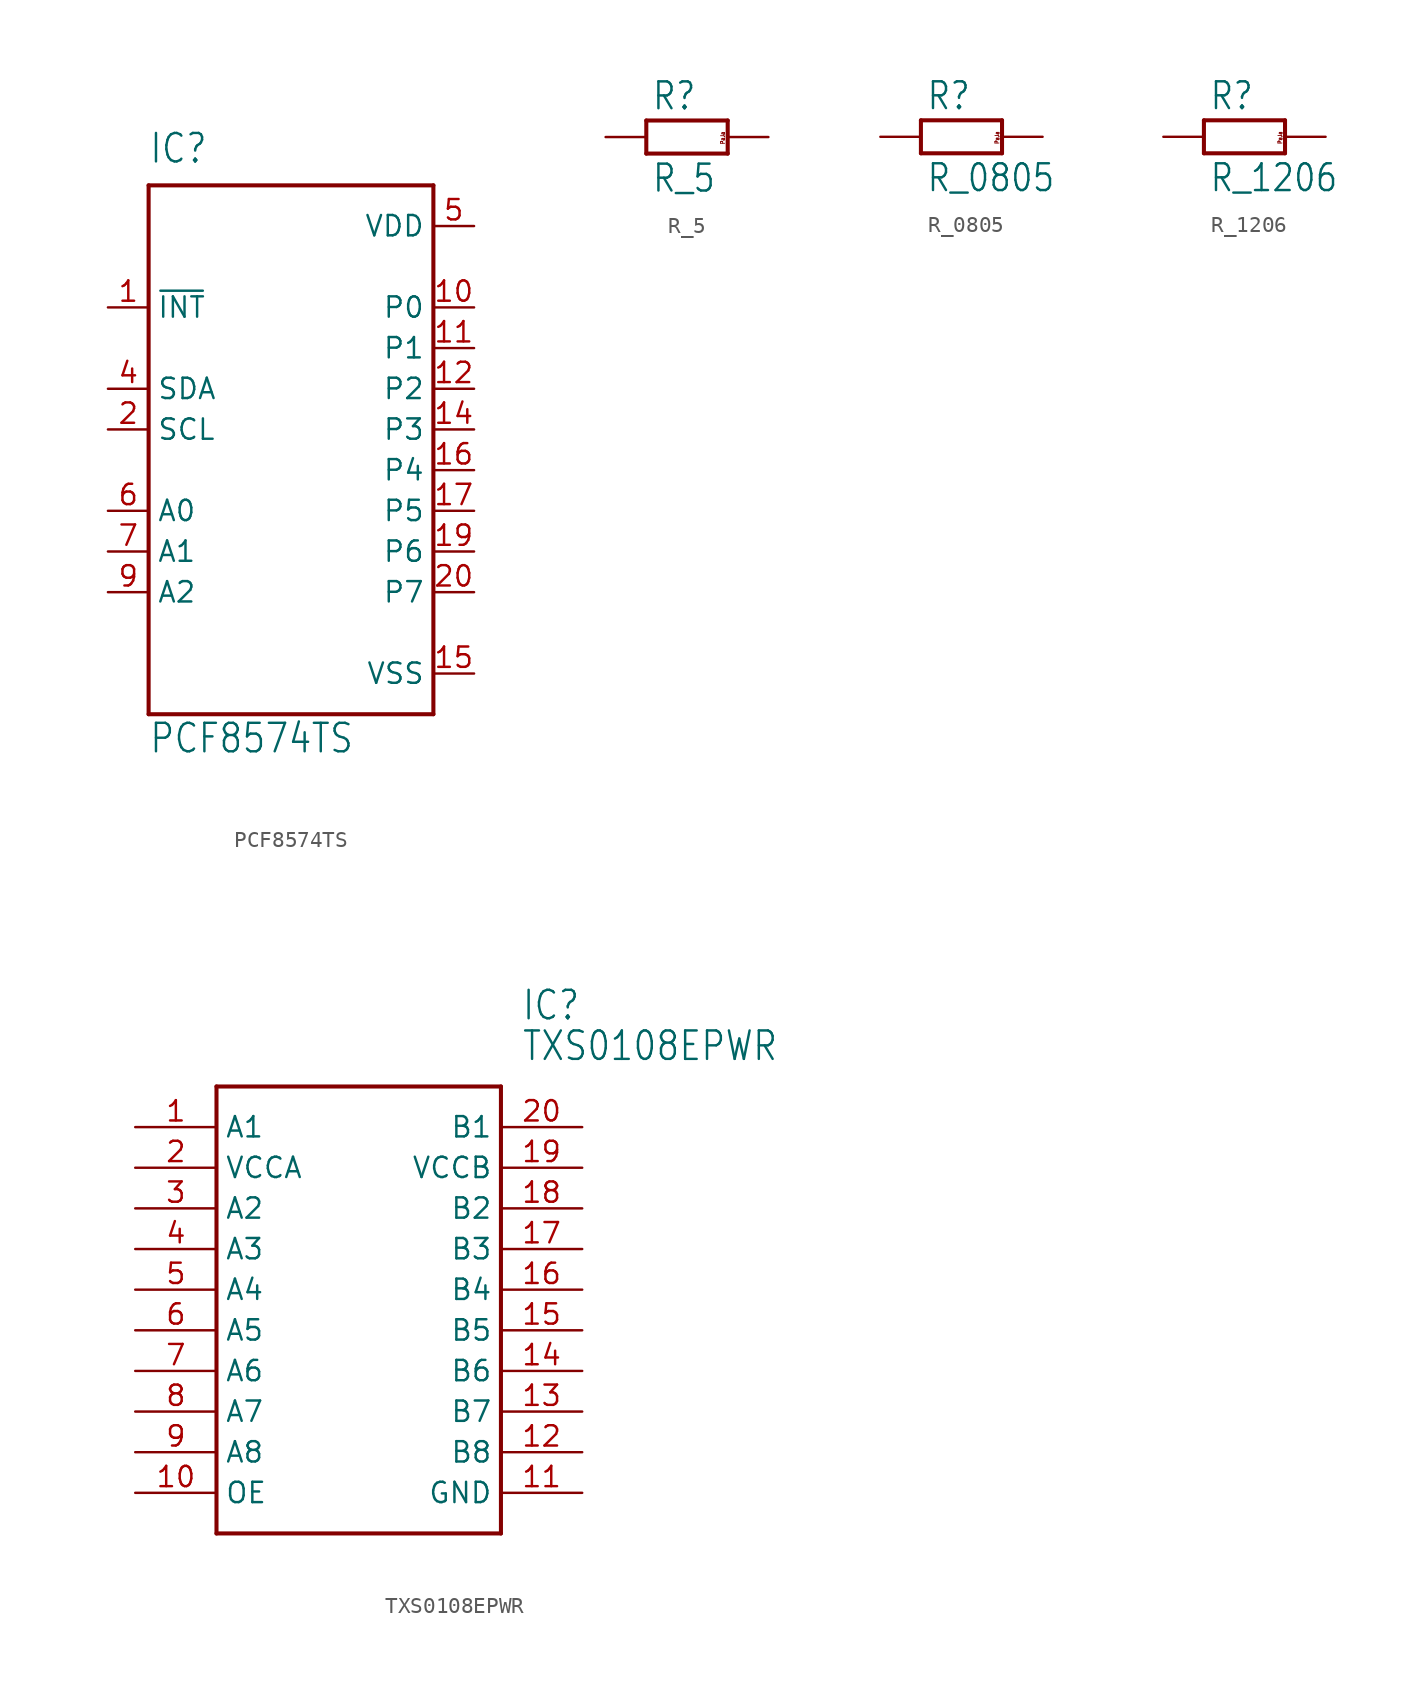
<source format=kicad_sym>
(kicad_symbol_lib
  (version 20211014)
  (generator kicad_symbol_editor)
  (symbol "PCF8574TS"
    (property "Reference" "IC"
      (at -7.62 16.51 0)
      (effects (font (size 1.778 1.511)) (justify left bottom)))
    (property "Value" "PCF8574TS"
      (at -7.62 -20.32 0)
      (effects (font (size 1.778 1.511)) (justify left bottom)))
    (property "ki_locked" ""
      (at 0 0 0)
      (effects (font (size 1.27 1.27))))
    (symbol "PCF8574TS_1_0"
      (polyline (pts (xy -7.62 -17.78) (xy -7.62 15.24)) (stroke (width 0.254) (type default) (color 0 0 0 0)) (fill (type none)))
      (polyline (pts (xy -7.62 15.24) (xy 10.16 15.24)) (stroke (width 0.254) (type default) (color 0 0 0 0)) (fill (type none)))
      (polyline (pts (xy 10.16 -17.78) (xy -7.62 -17.78)) (stroke (width 0.254) (type default) (color 0 0 0 0)) (fill (type none)))
      (polyline (pts (xy 10.16 15.24) (xy 10.16 -17.78)) (stroke (width 0.254) (type default) (color 0 0 0 0)) (fill (type none)))
      (pin output line (at -10.16 7.62 0) (length 2.54) (name "~{INT}" (effects (font (size 1.27 1.27)))) (number "1" (effects (font (size 1.27 1.27)))))
      (pin bidirectional line (at 12.7 7.62 180) (length 2.54) (name "P0" (effects (font (size 1.27 1.27)))) (number "10" (effects (font (size 1.27 1.27)))))
      (pin bidirectional line (at 12.7 5.08 180) (length 2.54) (name "P1" (effects (font (size 1.27 1.27)))) (number "11" (effects (font (size 1.27 1.27)))))
      (pin bidirectional line (at 12.7 2.54 180) (length 2.54) (name "P2" (effects (font (size 1.27 1.27)))) (number "12" (effects (font (size 1.27 1.27)))))
      (pin bidirectional line (at 12.7 0 180) (length 2.54) (name "P3" (effects (font (size 1.27 1.27)))) (number "14" (effects (font (size 1.27 1.27)))))
      (pin power_in line (at 12.7 -15.24 180) (length 2.54) (name "VSS" (effects (font (size 1.27 1.27)))) (number "15" (effects (font (size 1.27 1.27)))))
      (pin bidirectional line (at 12.7 -2.54 180) (length 2.54) (name "P4" (effects (font (size 1.27 1.27)))) (number "16" (effects (font (size 1.27 1.27)))))
      (pin bidirectional line (at 12.7 -5.08 180) (length 2.54) (name "P5" (effects (font (size 1.27 1.27)))) (number "17" (effects (font (size 1.27 1.27)))))
      (pin bidirectional line (at 12.7 -7.62 180) (length 2.54) (name "P6" (effects (font (size 1.27 1.27)))) (number "19" (effects (font (size 1.27 1.27)))))
      (pin input line (at -10.16 0 0) (length 2.54) (name "SCL" (effects (font (size 1.27 1.27)))) (number "2" (effects (font (size 1.27 1.27)))))
      (pin bidirectional line (at 12.7 -10.16 180) (length 2.54) (name "P7" (effects (font (size 1.27 1.27)))) (number "20" (effects (font (size 1.27 1.27)))))
      (pin bidirectional line (at -10.16 2.54 0) (length 2.54) (name "SDA" (effects (font (size 1.27 1.27)))) (number "4" (effects (font (size 1.27 1.27)))))
      (pin power_in line (at 12.7 12.7 180) (length 2.54) (name "VDD" (effects (font (size 1.27 1.27)))) (number "5" (effects (font (size 1.27 1.27)))))
      (pin input line (at -10.16 -5.08 0) (length 2.54) (name "A0" (effects (font (size 1.27 1.27)))) (number "6" (effects (font (size 1.27 1.27)))))
      (pin input line (at -10.16 -7.62 0) (length 2.54) (name "A1" (effects (font (size 1.27 1.27)))) (number "7" (effects (font (size 1.27 1.27)))))
      (pin input line (at -10.16 -10.16 0) (length 2.54) (name "A2" (effects (font (size 1.27 1.27)))) (number "9" (effects (font (size 1.27 1.27)))))))
  (symbol "R_5"
    (property "Reference" "R"
      (at -2.223 1.587 0)
      (effects (font (size 1.676 1.425)) (justify left bottom)))
    (property "Value" "R_5"
      (at -2.223 -1.587 0)
      (effects (font (size 1.676 1.425)) (justify left top)))
    (property "ki_locked" ""
      (at 0 0 0)
      (effects (font (size 1.27 1.27))))
    (symbol "R_5_1_0"
      (polyline (pts (xy -2.54 -1.032) (xy -2.54 1.032)) (stroke (width 0.254) (type default) (color 0 0 0 0)) (fill (type none)))
      (polyline (pts (xy -2.54 1.032) (xy 2.54 1.032)) (stroke (width 0.254) (type default) (color 0 0 0 0)) (fill (type none)))
      (polyline (pts (xy 2.54 -1.032) (xy -2.54 -1.032)) (stroke (width 0.254) (type default) (color 0 0 0 0)) (fill (type none)))
      (polyline (pts (xy 2.54 1.032) (xy 2.54 -1.032)) (stroke (width 0.254) (type default) (color 0 0 0 0)) (fill (type none)))
      (text "PaJa" (at 2.381 -0.476 900) (effects (font (size 0.254 0.216)) (justify left bottom)))
      (pin passive line (at -5.08 0 0) (length 2.54) (name "1" (effects (font (size 0 0)))) (number "1" (effects (font (size 0 0)))))
      (pin passive line (at 5.08 0 180) (length 2.54) (name "2" (effects (font (size 0 0)))) (number "2" (effects (font (size 0 0)))))))
  (symbol "R_0805"
    (property "Reference" "R"
      (at -2.223 1.587 0)
      (effects (font (size 1.676 1.425)) (justify left bottom)))
    (property "Value" "R_0805"
      (at -2.223 -1.587 0)
      (effects (font (size 1.676 1.425)) (justify left top)))
    (property "ki_locked" ""
      (at 0 0 0)
      (effects (font (size 1.27 1.27))))
    (symbol "R_0805_1_0"
      (polyline (pts (xy -2.54 -1.032) (xy -2.54 1.032)) (stroke (width 0.254) (type default) (color 0 0 0 0)) (fill (type none)))
      (polyline (pts (xy -2.54 1.032) (xy 2.54 1.032)) (stroke (width 0.254) (type default) (color 0 0 0 0)) (fill (type none)))
      (polyline (pts (xy 2.54 -1.032) (xy -2.54 -1.032)) (stroke (width 0.254) (type default) (color 0 0 0 0)) (fill (type none)))
      (polyline (pts (xy 2.54 1.032) (xy 2.54 -1.032)) (stroke (width 0.254) (type default) (color 0 0 0 0)) (fill (type none)))
      (text "PaJa" (at 2.381 -0.476 900) (effects (font (size 0.254 0.216)) (justify left bottom)))
      (pin passive line (at -5.08 0 0) (length 2.54) (name "1" (effects (font (size 0 0)))) (number "1" (effects (font (size 0 0)))))
      (pin passive line (at 5.08 0 180) (length 2.54) (name "2" (effects (font (size 0 0)))) (number "2" (effects (font (size 0 0)))))))
  (symbol "R_1206"
    (property "Reference" "R"
      (at -2.223 1.587 0)
      (effects (font (size 1.676 1.425)) (justify left bottom)))
    (property "Value" "R_1206"
      (at -2.223 -1.587 0)
      (effects (font (size 1.676 1.425)) (justify left top)))
    (property "ki_locked" ""
      (at 0 0 0)
      (effects (font (size 1.27 1.27))))
    (symbol "R_1206_1_0"
      (polyline (pts (xy -2.54 -1.032) (xy -2.54 1.032)) (stroke (width 0.254) (type default) (color 0 0 0 0)) (fill (type none)))
      (polyline (pts (xy -2.54 1.032) (xy 2.54 1.032)) (stroke (width 0.254) (type default) (color 0 0 0 0)) (fill (type none)))
      (polyline (pts (xy 2.54 -1.032) (xy -2.54 -1.032)) (stroke (width 0.254) (type default) (color 0 0 0 0)) (fill (type none)))
      (polyline (pts (xy 2.54 1.032) (xy 2.54 -1.032)) (stroke (width 0.254) (type default) (color 0 0 0 0)) (fill (type none)))
      (text "PaJa" (at 2.381 -0.476 900) (effects (font (size 0.254 0.216)) (justify left bottom)))
      (pin passive line (at -5.08 0 0) (length 2.54) (name "1" (effects (font (size 0 0)))) (number "1" (effects (font (size 0 0)))))
      (pin passive line (at 5.08 0 180) (length 2.54) (name "2" (effects (font (size 0 0)))) (number "2" (effects (font (size 0 0)))))))
  (symbol "TXS0108EPWR"
    (property "Reference" "IC"
      (at 24.13 7.62 0)
      (effects (font (size 1.778 1.511)) (justify left)))
    (property "Value" "TXS0108EPWR"
      (at 24.13 5.08 0)
      (effects (font (size 1.778 1.511)) (justify left)))
    (property "ki_locked" ""
      (at 0 0 0)
      (effects (font (size 1.27 1.27))))
    (symbol "TXS0108EPWR_1_0"
      (polyline (pts (xy 5.08 2.54) (xy 5.08 -25.4)) (stroke (width 0.254) (type default) (color 0 0 0 0)) (fill (type none)))
      (polyline (pts (xy 5.08 2.54) (xy 22.86 2.54)) (stroke (width 0.254) (type default) (color 0 0 0 0)) (fill (type none)))
      (polyline (pts (xy 22.86 -25.4) (xy 5.08 -25.4)) (stroke (width 0.254) (type default) (color 0 0 0 0)) (fill (type none)))
      (polyline (pts (xy 22.86 -25.4) (xy 22.86 2.54)) (stroke (width 0.254) (type default) (color 0 0 0 0)) (fill (type none)))
      (pin bidirectional line (at 0 0 0) (length 5.08) (name "A1" (effects (font (size 1.27 1.27)))) (number "1" (effects (font (size 1.27 1.27)))))
      (pin bidirectional line (at 0 -22.86 0) (length 5.08) (name "OE" (effects (font (size 1.27 1.27)))) (number "10" (effects (font (size 1.27 1.27)))))
      (pin bidirectional line (at 27.94 -22.86 180) (length 5.08) (name "GND" (effects (font (size 1.27 1.27)))) (number "11" (effects (font (size 1.27 1.27)))))
      (pin bidirectional line (at 27.94 -20.32 180) (length 5.08) (name "B8" (effects (font (size 1.27 1.27)))) (number "12" (effects (font (size 1.27 1.27)))))
      (pin bidirectional line (at 27.94 -17.78 180) (length 5.08) (name "B7" (effects (font (size 1.27 1.27)))) (number "13" (effects (font (size 1.27 1.27)))))
      (pin bidirectional line (at 27.94 -15.24 180) (length 5.08) (name "B6" (effects (font (size 1.27 1.27)))) (number "14" (effects (font (size 1.27 1.27)))))
      (pin bidirectional line (at 27.94 -12.7 180) (length 5.08) (name "B5" (effects (font (size 1.27 1.27)))) (number "15" (effects (font (size 1.27 1.27)))))
      (pin bidirectional line (at 27.94 -10.16 180) (length 5.08) (name "B4" (effects (font (size 1.27 1.27)))) (number "16" (effects (font (size 1.27 1.27)))))
      (pin bidirectional line (at 27.94 -7.62 180) (length 5.08) (name "B3" (effects (font (size 1.27 1.27)))) (number "17" (effects (font (size 1.27 1.27)))))
      (pin bidirectional line (at 27.94 -5.08 180) (length 5.08) (name "B2" (effects (font (size 1.27 1.27)))) (number "18" (effects (font (size 1.27 1.27)))))
      (pin bidirectional line (at 27.94 -2.54 180) (length 5.08) (name "VCCB" (effects (font (size 1.27 1.27)))) (number "19" (effects (font (size 1.27 1.27)))))
      (pin bidirectional line (at 0 -2.54 0) (length 5.08) (name "VCCA" (effects (font (size 1.27 1.27)))) (number "2" (effects (font (size 1.27 1.27)))))
      (pin bidirectional line (at 27.94 0 180) (length 5.08) (name "B1" (effects (font (size 1.27 1.27)))) (number "20" (effects (font (size 1.27 1.27)))))
      (pin bidirectional line (at 0 -5.08 0) (length 5.08) (name "A2" (effects (font (size 1.27 1.27)))) (number "3" (effects (font (size 1.27 1.27)))))
      (pin bidirectional line (at 0 -7.62 0) (length 5.08) (name "A3" (effects (font (size 1.27 1.27)))) (number "4" (effects (font (size 1.27 1.27)))))
      (pin bidirectional line (at 0 -10.16 0) (length 5.08) (name "A4" (effects (font (size 1.27 1.27)))) (number "5" (effects (font (size 1.27 1.27)))))
      (pin bidirectional line (at 0 -12.7 0) (length 5.08) (name "A5" (effects (font (size 1.27 1.27)))) (number "6" (effects (font (size 1.27 1.27)))))
      (pin bidirectional line (at 0 -15.24 0) (length 5.08) (name "A6" (effects (font (size 1.27 1.27)))) (number "7" (effects (font (size 1.27 1.27)))))
      (pin bidirectional line (at 0 -17.78 0) (length 5.08) (name "A7" (effects (font (size 1.27 1.27)))) (number "8" (effects (font (size 1.27 1.27)))))
      (pin bidirectional line (at 0 -20.32 0) (length 5.08) (name "A8" (effects (font (size 1.27 1.27)))) (number "9" (effects (font (size 1.27 1.27))))))))
</source>
